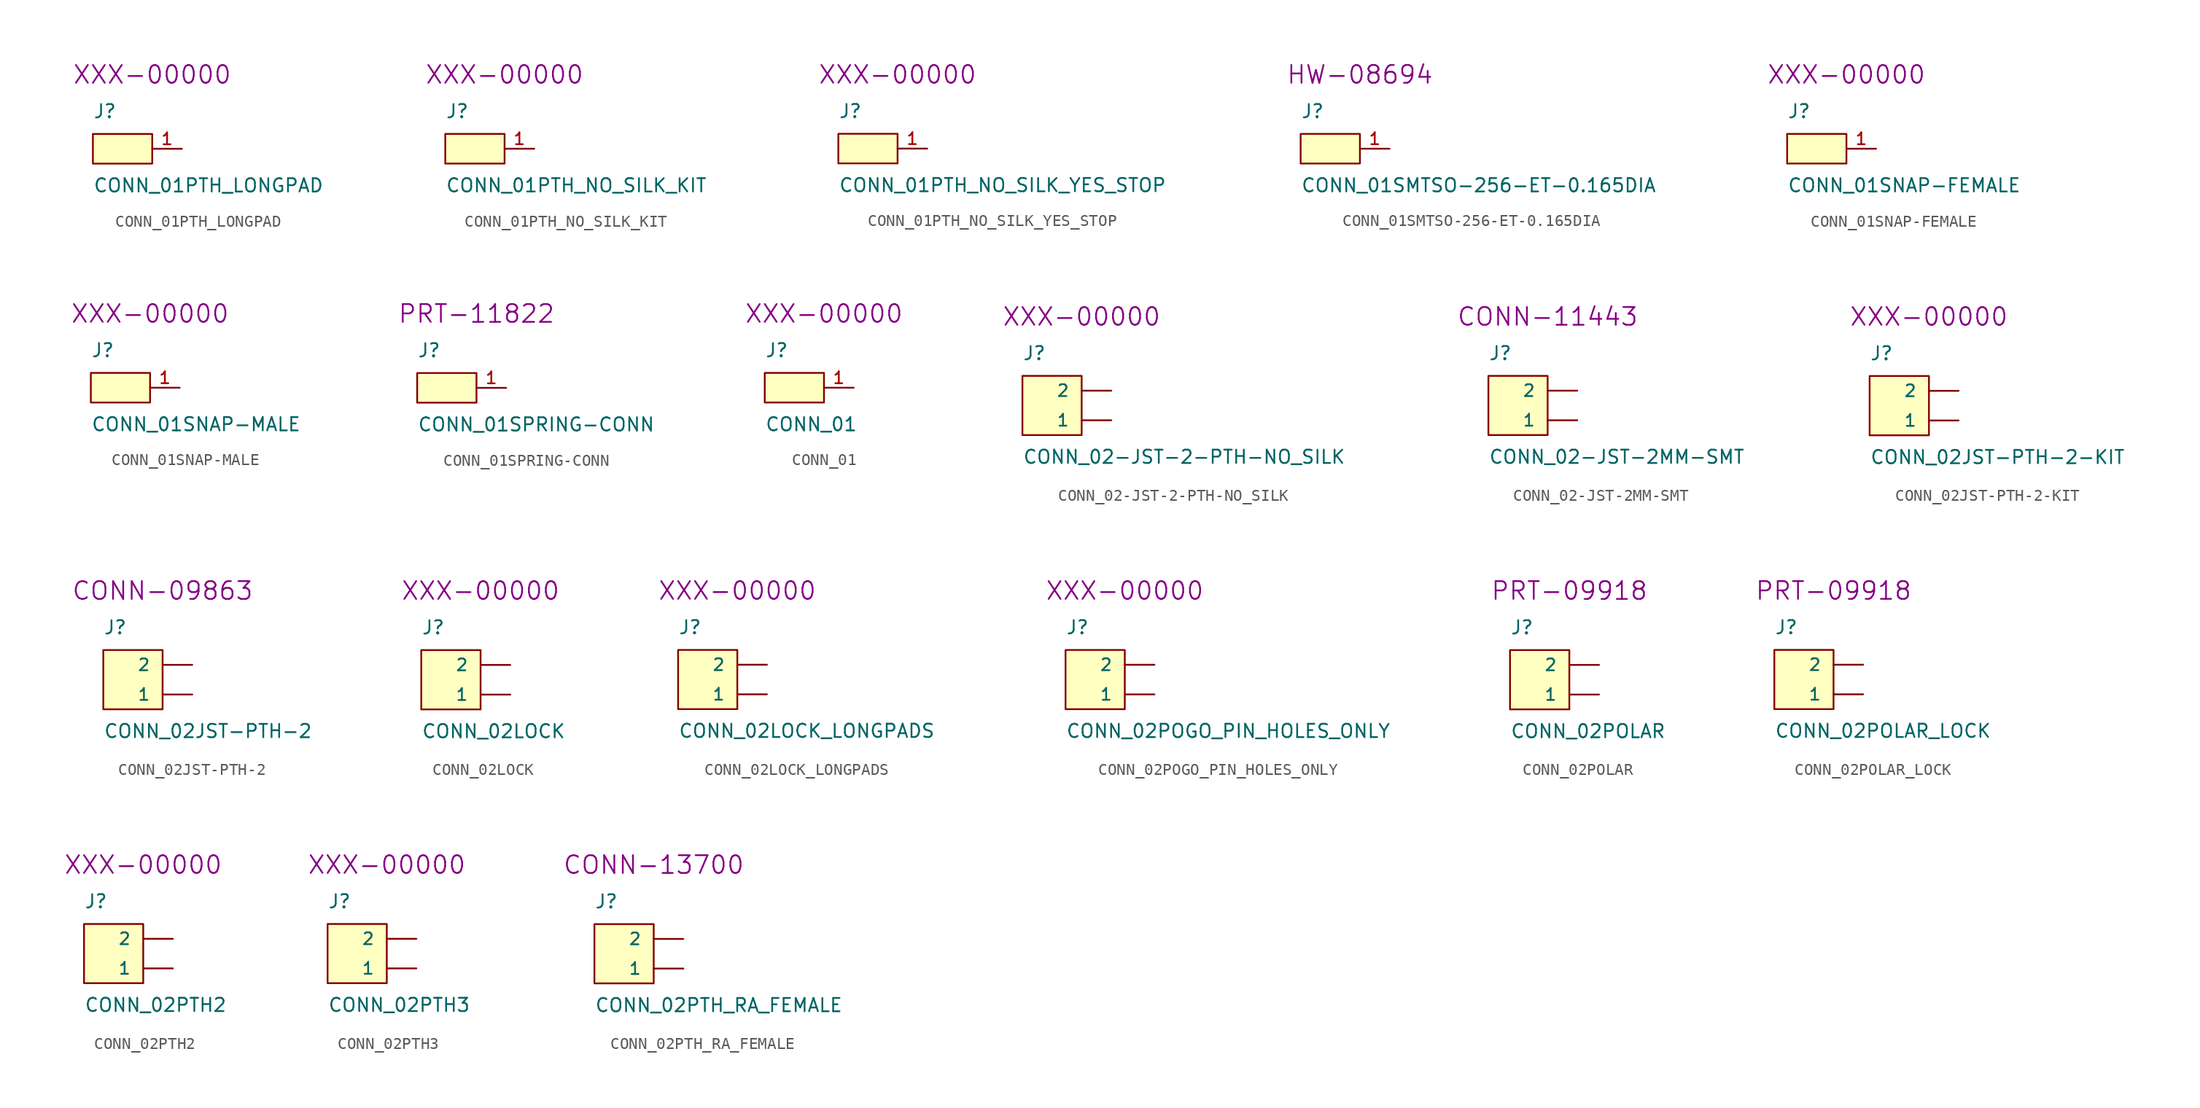
<source format=kicad_sym>
(kicad_symbol_lib
  (version 20220914)
  (generator kicad_symbol_editor)
  (symbol "CONN_01PTH_LONGPAD"
    (pin_names
      (offset 1.016) hide)
    (property "Reference" "J"
      (at -5.08 2.54 0)
      (effects (font (size 1.143 1.143)) (justify left bottom)))
    (property "Value" "CONN_01PTH_LONGPAD"
      (at -5.08 -3.81 0)
      (effects (font (size 1.143 1.143)) (justify left bottom)))
    (property "Field4" "XXX-00000"
      (at 0 6.35 0)
      (effects (font (size 1.524 1.524))))
    (symbol "CONN_01PTH_LONGPAD_1_0"
      (rectangle (start 0 -1.27) (end -5.08 1.27) (stroke (width 0) (type solid)) (fill (type background))))
    (symbol "CONN_01PTH_LONGPAD_1_1"
      (pin passive line (at 2.54 0 180) (length 2.54) (name "1" (effects (font (size 1.016 1.016)))) (number "1" (effects (font (size 1.016 1.016)))))))
  (symbol "CONN_01PTH_NO_SILK_KIT"
    (pin_names
      (offset 1.016) hide)
    (property "Reference" "J"
      (at -5.08 2.54 0)
      (effects (font (size 1.143 1.143)) (justify left bottom)))
    (property "Value" "CONN_01PTH_NO_SILK_KIT"
      (at -5.08 -3.81 0)
      (effects (font (size 1.143 1.143)) (justify left bottom)))
    (property "Field4" "XXX-00000"
      (at 0 6.35 0)
      (effects (font (size 1.524 1.524))))
    (symbol "CONN_01PTH_NO_SILK_KIT_1_0"
      (rectangle (start 0 -1.27) (end -5.08 1.27) (stroke (width 0) (type solid)) (fill (type background))))
    (symbol "CONN_01PTH_NO_SILK_KIT_1_1"
      (pin passive line (at 2.54 0 180) (length 2.54) (name "1" (effects (font (size 1.016 1.016)))) (number "1" (effects (font (size 1.016 1.016)))))))
  (symbol "CONN_01PTH_NO_SILK_YES_STOP"
    (pin_names
      (offset 1.016) hide)
    (property "Reference" "J"
      (at -5.08 2.54 0)
      (effects (font (size 1.143 1.143)) (justify left bottom)))
    (property "Value" "CONN_01PTH_NO_SILK_YES_STOP"
      (at -5.08 -3.81 0)
      (effects (font (size 1.143 1.143)) (justify left bottom)))
    (property "Field4" "XXX-00000"
      (at 0 6.35 0)
      (effects (font (size 1.524 1.524))))
    (symbol "CONN_01PTH_NO_SILK_YES_STOP_1_0"
      (rectangle (start 0 -1.27) (end -5.08 1.27) (stroke (width 0) (type solid)) (fill (type background))))
    (symbol "CONN_01PTH_NO_SILK_YES_STOP_1_1"
      (pin passive line (at 2.54 0 180) (length 2.54) (name "1" (effects (font (size 1.016 1.016)))) (number "1" (effects (font (size 1.016 1.016)))))))
  (symbol "CONN_01SMTSO-256-ET-0.165DIA"
    (pin_names
      (offset 1.016) hide)
    (property "Reference" "J"
      (at -5.08 2.54 0)
      (effects (font (size 1.143 1.143)) (justify left bottom)))
    (property "Value" "CONN_01SMTSO-256-ET-0.165DIA"
      (at -5.08 -3.81 0)
      (effects (font (size 1.143 1.143)) (justify left bottom)))
    (property "Field4" "HW-08694"
      (at 0 6.35 0)
      (effects (font (size 1.524 1.524))))
    (symbol "CONN_01SMTSO-256-ET-0.165DIA_1_0"
      (rectangle (start 0 -1.27) (end -5.08 1.27) (stroke (width 0) (type solid)) (fill (type background))))
    (symbol "CONN_01SMTSO-256-ET-0.165DIA_1_1"
      (pin passive line (at 2.54 0 180) (length 2.54) (name "1" (effects (font (size 1.016 1.016)))) (number "1" (effects (font (size 1.016 1.016)))))))
  (symbol "CONN_01SNAP-FEMALE"
    (pin_names
      (offset 1.016) hide)
    (property "Reference" "J"
      (at -5.08 2.54 0)
      (effects (font (size 1.143 1.143)) (justify left bottom)))
    (property "Value" "CONN_01SNAP-FEMALE"
      (at -5.08 -3.81 0)
      (effects (font (size 1.143 1.143)) (justify left bottom)))
    (property "Field4" "XXX-00000"
      (at 0 6.35 0)
      (effects (font (size 1.524 1.524))))
    (symbol "CONN_01SNAP-FEMALE_1_0"
      (rectangle (start 0 -1.27) (end -5.08 1.27) (stroke (width 0) (type solid)) (fill (type background))))
    (symbol "CONN_01SNAP-FEMALE_1_1"
      (pin passive line (at 2.54 0 180) (length 2.54) (name "1" (effects (font (size 1.016 1.016)))) (number "1" (effects (font (size 1.016 1.016)))))))
  (symbol "CONN_01SNAP-MALE"
    (pin_names
      (offset 1.016) hide)
    (property "Reference" "J"
      (at -5.08 2.54 0)
      (effects (font (size 1.143 1.143)) (justify left bottom)))
    (property "Value" "CONN_01SNAP-MALE"
      (at -5.08 -3.81 0)
      (effects (font (size 1.143 1.143)) (justify left bottom)))
    (property "Field4" "XXX-00000"
      (at 0 6.35 0)
      (effects (font (size 1.524 1.524))))
    (symbol "CONN_01SNAP-MALE_1_0"
      (rectangle (start 0 -1.27) (end -5.08 1.27) (stroke (width 0) (type solid)) (fill (type background))))
    (symbol "CONN_01SNAP-MALE_1_1"
      (pin passive line (at 2.54 0 180) (length 2.54) (name "1" (effects (font (size 1.016 1.016)))) (number "1" (effects (font (size 1.016 1.016)))))))
  (symbol "CONN_01SPRING-CONN"
    (pin_names
      (offset 1.016) hide)
    (property "Reference" "J"
      (at -5.08 2.54 0)
      (effects (font (size 1.143 1.143)) (justify left bottom)))
    (property "Value" "CONN_01SPRING-CONN"
      (at -5.08 -3.81 0)
      (effects (font (size 1.143 1.143)) (justify left bottom)))
    (property "Field4" "PRT-11822"
      (at 0 6.35 0)
      (effects (font (size 1.524 1.524))))
    (symbol "CONN_01SPRING-CONN_1_0"
      (rectangle (start 0 -1.27) (end -5.08 1.27) (stroke (width 0) (type solid)) (fill (type background))))
    (symbol "CONN_01SPRING-CONN_1_1"
      (pin passive line (at 2.54 0 180) (length 2.54) (name "1" (effects (font (size 1.016 1.016)))) (number "1" (effects (font (size 1.016 1.016)))))))
  (symbol "CONN_01"
    (pin_names
      (offset 1.016) hide)
    (property "Reference" "J"
      (at -5.08 2.54 0)
      (effects (font (size 1.143 1.143)) (justify left bottom)))
    (property "Value" "CONN_01"
      (at -5.08 -3.81 0)
      (effects (font (size 1.143 1.143)) (justify left bottom)))
    (property "Field4" "XXX-00000"
      (at 0 6.35 0)
      (effects (font (size 1.524 1.524))))
    (symbol "CONN_01_1_0"
      (rectangle (start 0 -1.27) (end -5.08 1.27) (stroke (width 0) (type solid)) (fill (type background))))
    (symbol "CONN_01_1_1"
      (pin passive line (at 2.54 0 180) (length 2.54) (name "1" (effects (font (size 1.016 1.016)))) (number "1" (effects (font (size 1.016 1.016)))))))
  (symbol "CONN_02-JST-2-PTH-NO_SILK"
    (pin_numbers hide)
    (pin_names
      (offset 1.016))
    (property "Reference" "J"
      (at -5.08 5.08 0)
      (effects (font (size 1.143 1.143)) (justify left bottom)))
    (property "Value" "CONN_02-JST-2-PTH-NO_SILK"
      (at -5.08 -3.81 0)
      (effects (font (size 1.143 1.143)) (justify left bottom)))
    (property "Field4" "XXX-00000"
      (at 0 8.89 0)
      (effects (font (size 1.524 1.524))))
    (property "ki_locked" ""
      (at 0 0 0)
      (effects (font (size 1.27 1.27))))
    (symbol "CONN_02-JST-2-PTH-NO_SILK_1_0"
      (rectangle (start 0 -1.27) (end -5.08 3.81) (stroke (width 0) (type solid)) (fill (type background))))
    (symbol "CONN_02-JST-2-PTH-NO_SILK_1_1"
      (pin passive line (at 2.54 0 180) (length 2.54) (name "1" (effects (font (size 1.016 1.016)))) (number "1" (effects (font (size 1.016 1.016)))))
      (pin passive line (at 2.54 2.54 180) (length 2.54) (name "2" (effects (font (size 1.016 1.016)))) (number "2" (effects (font (size 1.016 1.016)))))))
  (symbol "CONN_02-JST-2MM-SMT"
    (pin_numbers hide)
    (pin_names
      (offset 1.016))
    (property "Reference" "J"
      (at -5.08 5.08 0)
      (effects (font (size 1.143 1.143)) (justify left bottom)))
    (property "Value" "CONN_02-JST-2MM-SMT"
      (at -5.08 -3.81 0)
      (effects (font (size 1.143 1.143)) (justify left bottom)))
    (property "Field4" "CONN-11443"
      (at 0 8.89 0)
      (effects (font (size 1.524 1.524))))
    (property "ki_locked" ""
      (at 0 0 0)
      (effects (font (size 1.27 1.27))))
    (symbol "CONN_02-JST-2MM-SMT_1_0"
      (rectangle (start 0 -1.27) (end -5.08 3.81) (stroke (width 0) (type solid)) (fill (type background))))
    (symbol "CONN_02-JST-2MM-SMT_1_1"
      (pin passive line (at 2.54 0 180) (length 2.54) (name "1" (effects (font (size 1.016 1.016)))) (number "1" (effects (font (size 1.016 1.016)))))
      (pin passive line (at 2.54 2.54 180) (length 2.54) (name "2" (effects (font (size 1.016 1.016)))) (number "2" (effects (font (size 1.016 1.016)))))))
  (symbol "CONN_02JST-PTH-2-KIT"
    (pin_numbers hide)
    (pin_names
      (offset 1.016))
    (property "Reference" "J"
      (at -5.08 5.08 0)
      (effects (font (size 1.143 1.143)) (justify left bottom)))
    (property "Value" "CONN_02JST-PTH-2-KIT"
      (at -5.08 -3.81 0)
      (effects (font (size 1.143 1.143)) (justify left bottom)))
    (property "Field4" "XXX-00000"
      (at 0 8.89 0)
      (effects (font (size 1.524 1.524))))
    (property "ki_locked" ""
      (at 0 0 0)
      (effects (font (size 1.27 1.27))))
    (symbol "CONN_02JST-PTH-2-KIT_1_0"
      (rectangle (start 0 -1.27) (end -5.08 3.81) (stroke (width 0) (type solid)) (fill (type background))))
    (symbol "CONN_02JST-PTH-2-KIT_1_1"
      (pin passive line (at 2.54 0 180) (length 2.54) (name "1" (effects (font (size 1.016 1.016)))) (number "1" (effects (font (size 1.016 1.016)))))
      (pin passive line (at 2.54 2.54 180) (length 2.54) (name "2" (effects (font (size 1.016 1.016)))) (number "2" (effects (font (size 1.016 1.016)))))))
  (symbol "CONN_02JST-PTH-2"
    (pin_numbers hide)
    (pin_names
      (offset 1.016))
    (property "Reference" "J"
      (at -5.08 5.08 0)
      (effects (font (size 1.143 1.143)) (justify left bottom)))
    (property "Value" "CONN_02JST-PTH-2"
      (at -5.08 -3.81 0)
      (effects (font (size 1.143 1.143)) (justify left bottom)))
    (property "Field4" "CONN-09863"
      (at 0 8.89 0)
      (effects (font (size 1.524 1.524))))
    (property "ki_locked" ""
      (at 0 0 0)
      (effects (font (size 1.27 1.27))))
    (symbol "CONN_02JST-PTH-2_1_0"
      (rectangle (start 0 -1.27) (end -5.08 3.81) (stroke (width 0) (type solid)) (fill (type background))))
    (symbol "CONN_02JST-PTH-2_1_1"
      (pin passive line (at 2.54 0 180) (length 2.54) (name "1" (effects (font (size 1.016 1.016)))) (number "1" (effects (font (size 1.016 1.016)))))
      (pin passive line (at 2.54 2.54 180) (length 2.54) (name "2" (effects (font (size 1.016 1.016)))) (number "2" (effects (font (size 1.016 1.016)))))))
  (symbol "CONN_02LOCK"
    (pin_numbers hide)
    (pin_names
      (offset 1.016))
    (property "Reference" "J"
      (at -5.08 5.08 0)
      (effects (font (size 1.143 1.143)) (justify left bottom)))
    (property "Value" "CONN_02LOCK"
      (at -5.08 -3.81 0)
      (effects (font (size 1.143 1.143)) (justify left bottom)))
    (property "Field4" "XXX-00000"
      (at 0 8.89 0)
      (effects (font (size 1.524 1.524))))
    (property "ki_locked" ""
      (at 0 0 0)
      (effects (font (size 1.27 1.27))))
    (symbol "CONN_02LOCK_1_0"
      (rectangle (start 0 -1.27) (end -5.08 3.81) (stroke (width 0) (type solid)) (fill (type background))))
    (symbol "CONN_02LOCK_1_1"
      (pin passive line (at 2.54 0 180) (length 2.54) (name "1" (effects (font (size 1.016 1.016)))) (number "1" (effects (font (size 1.016 1.016)))))
      (pin passive line (at 2.54 2.54 180) (length 2.54) (name "2" (effects (font (size 1.016 1.016)))) (number "2" (effects (font (size 1.016 1.016)))))))
  (symbol "CONN_02LOCK_LONGPADS"
    (pin_numbers hide)
    (pin_names
      (offset 1.016))
    (property "Reference" "J"
      (at -5.08 5.08 0)
      (effects (font (size 1.143 1.143)) (justify left bottom)))
    (property "Value" "CONN_02LOCK_LONGPADS"
      (at -5.08 -3.81 0)
      (effects (font (size 1.143 1.143)) (justify left bottom)))
    (property "Field4" "XXX-00000"
      (at 0 8.89 0)
      (effects (font (size 1.524 1.524))))
    (property "ki_locked" ""
      (at 0 0 0)
      (effects (font (size 1.27 1.27))))
    (symbol "CONN_02LOCK_LONGPADS_1_0"
      (rectangle (start 0 -1.27) (end -5.08 3.81) (stroke (width 0) (type solid)) (fill (type background))))
    (symbol "CONN_02LOCK_LONGPADS_1_1"
      (pin passive line (at 2.54 0 180) (length 2.54) (name "1" (effects (font (size 1.016 1.016)))) (number "1" (effects (font (size 1.016 1.016)))))
      (pin passive line (at 2.54 2.54 180) (length 2.54) (name "2" (effects (font (size 1.016 1.016)))) (number "2" (effects (font (size 1.016 1.016)))))))
  (symbol "CONN_02POGO_PIN_HOLES_ONLY"
    (pin_numbers hide)
    (pin_names
      (offset 1.016))
    (property "Reference" "J"
      (at -5.08 5.08 0)
      (effects (font (size 1.143 1.143)) (justify left bottom)))
    (property "Value" "CONN_02POGO_PIN_HOLES_ONLY"
      (at -5.08 -3.81 0)
      (effects (font (size 1.143 1.143)) (justify left bottom)))
    (property "Field4" "XXX-00000"
      (at 0 8.89 0)
      (effects (font (size 1.524 1.524))))
    (property "ki_locked" ""
      (at 0 0 0)
      (effects (font (size 1.27 1.27))))
    (symbol "CONN_02POGO_PIN_HOLES_ONLY_1_0"
      (rectangle (start 0 -1.27) (end -5.08 3.81) (stroke (width 0) (type solid)) (fill (type background))))
    (symbol "CONN_02POGO_PIN_HOLES_ONLY_1_1"
      (pin passive line (at 2.54 0 180) (length 2.54) (name "1" (effects (font (size 1.016 1.016)))) (number "1" (effects (font (size 1.016 1.016)))))
      (pin passive line (at 2.54 2.54 180) (length 2.54) (name "2" (effects (font (size 1.016 1.016)))) (number "2" (effects (font (size 1.016 1.016)))))))
  (symbol "CONN_02POLAR"
    (pin_numbers hide)
    (pin_names
      (offset 1.016))
    (property "Reference" "J"
      (at -5.08 5.08 0)
      (effects (font (size 1.143 1.143)) (justify left bottom)))
    (property "Value" "CONN_02POLAR"
      (at -5.08 -3.81 0)
      (effects (font (size 1.143 1.143)) (justify left bottom)))
    (property "Field4" "PRT-09918"
      (at 0 8.89 0)
      (effects (font (size 1.524 1.524))))
    (property "ki_locked" ""
      (at 0 0 0)
      (effects (font (size 1.27 1.27))))
    (symbol "CONN_02POLAR_1_0"
      (rectangle (start 0 -1.27) (end -5.08 3.81) (stroke (width 0) (type solid)) (fill (type background))))
    (symbol "CONN_02POLAR_1_1"
      (pin passive line (at 2.54 0 180) (length 2.54) (name "1" (effects (font (size 1.016 1.016)))) (number "1" (effects (font (size 1.016 1.016)))))
      (pin passive line (at 2.54 2.54 180) (length 2.54) (name "2" (effects (font (size 1.016 1.016)))) (number "2" (effects (font (size 1.016 1.016)))))))
  (symbol "CONN_02POLAR_LOCK"
    (pin_numbers hide)
    (pin_names
      (offset 1.016))
    (property "Reference" "J"
      (at -5.08 5.08 0)
      (effects (font (size 1.143 1.143)) (justify left bottom)))
    (property "Value" "CONN_02POLAR_LOCK"
      (at -5.08 -3.81 0)
      (effects (font (size 1.143 1.143)) (justify left bottom)))
    (property "Field4" "PRT-09918"
      (at 0 8.89 0)
      (effects (font (size 1.524 1.524))))
    (property "ki_locked" ""
      (at 0 0 0)
      (effects (font (size 1.27 1.27))))
    (symbol "CONN_02POLAR_LOCK_1_0"
      (rectangle (start 0 -1.27) (end -5.08 3.81) (stroke (width 0) (type solid)) (fill (type background))))
    (symbol "CONN_02POLAR_LOCK_1_1"
      (pin passive line (at 2.54 0 180) (length 2.54) (name "1" (effects (font (size 1.016 1.016)))) (number "1" (effects (font (size 1.016 1.016)))))
      (pin passive line (at 2.54 2.54 180) (length 2.54) (name "2" (effects (font (size 1.016 1.016)))) (number "2" (effects (font (size 1.016 1.016)))))))
  (symbol "CONN_02PTH2"
    (pin_numbers hide)
    (pin_names
      (offset 1.016))
    (property "Reference" "J"
      (at -5.08 5.08 0)
      (effects (font (size 1.143 1.143)) (justify left bottom)))
    (property "Value" "CONN_02PTH2"
      (at -5.08 -3.81 0)
      (effects (font (size 1.143 1.143)) (justify left bottom)))
    (property "Field4" "XXX-00000"
      (at 0 8.89 0)
      (effects (font (size 1.524 1.524))))
    (property "ki_locked" ""
      (at 0 0 0)
      (effects (font (size 1.27 1.27))))
    (symbol "CONN_02PTH2_1_0"
      (rectangle (start 0 -1.27) (end -5.08 3.81) (stroke (width 0) (type solid)) (fill (type background))))
    (symbol "CONN_02PTH2_1_1"
      (pin passive line (at 2.54 0 180) (length 2.54) (name "1" (effects (font (size 1.016 1.016)))) (number "1" (effects (font (size 1.016 1.016)))))
      (pin passive line (at 2.54 2.54 180) (length 2.54) (name "2" (effects (font (size 1.016 1.016)))) (number "2" (effects (font (size 1.016 1.016)))))))
  (symbol "CONN_02PTH3"
    (pin_numbers hide)
    (pin_names
      (offset 1.016))
    (property "Reference" "J"
      (at -5.08 5.08 0)
      (effects (font (size 1.143 1.143)) (justify left bottom)))
    (property "Value" "CONN_02PTH3"
      (at -5.08 -3.81 0)
      (effects (font (size 1.143 1.143)) (justify left bottom)))
    (property "Field4" "XXX-00000"
      (at 0 8.89 0)
      (effects (font (size 1.524 1.524))))
    (property "ki_locked" ""
      (at 0 0 0)
      (effects (font (size 1.27 1.27))))
    (symbol "CONN_02PTH3_1_0"
      (rectangle (start 0 -1.27) (end -5.08 3.81) (stroke (width 0) (type solid)) (fill (type background))))
    (symbol "CONN_02PTH3_1_1"
      (pin passive line (at 2.54 0 180) (length 2.54) (name "1" (effects (font (size 1.016 1.016)))) (number "1" (effects (font (size 1.016 1.016)))))
      (pin passive line (at 2.54 2.54 180) (length 2.54) (name "2" (effects (font (size 1.016 1.016)))) (number "2" (effects (font (size 1.016 1.016)))))))
  (symbol "CONN_02PTH_RA_FEMALE"
    (pin_numbers hide)
    (pin_names
      (offset 1.016))
    (property "Reference" "J"
      (at -5.08 5.08 0)
      (effects (font (size 1.143 1.143)) (justify left bottom)))
    (property "Value" "CONN_02PTH_RA_FEMALE"
      (at -5.08 -3.81 0)
      (effects (font (size 1.143 1.143)) (justify left bottom)))
    (property "Field4" "CONN-13700"
      (at 0 8.89 0)
      (effects (font (size 1.524 1.524))))
    (property "ki_locked" ""
      (at 0 0 0)
      (effects (font (size 1.27 1.27))))
    (symbol "CONN_02PTH_RA_FEMALE_1_0"
      (rectangle (start 0 -1.27) (end -5.08 3.81) (stroke (width 0) (type solid)) (fill (type background))))
    (symbol "CONN_02PTH_RA_FEMALE_1_1"
      (pin passive line (at 2.54 0 180) (length 2.54) (name "1" (effects (font (size 1.016 1.016)))) (number "1" (effects (font (size 1.016 1.016)))))
      (pin passive line (at 2.54 2.54 180) (length 2.54) (name "2" (effects (font (size 1.016 1.016)))) (number "2" (effects (font (size 1.016 1.016))))))))
</source>
